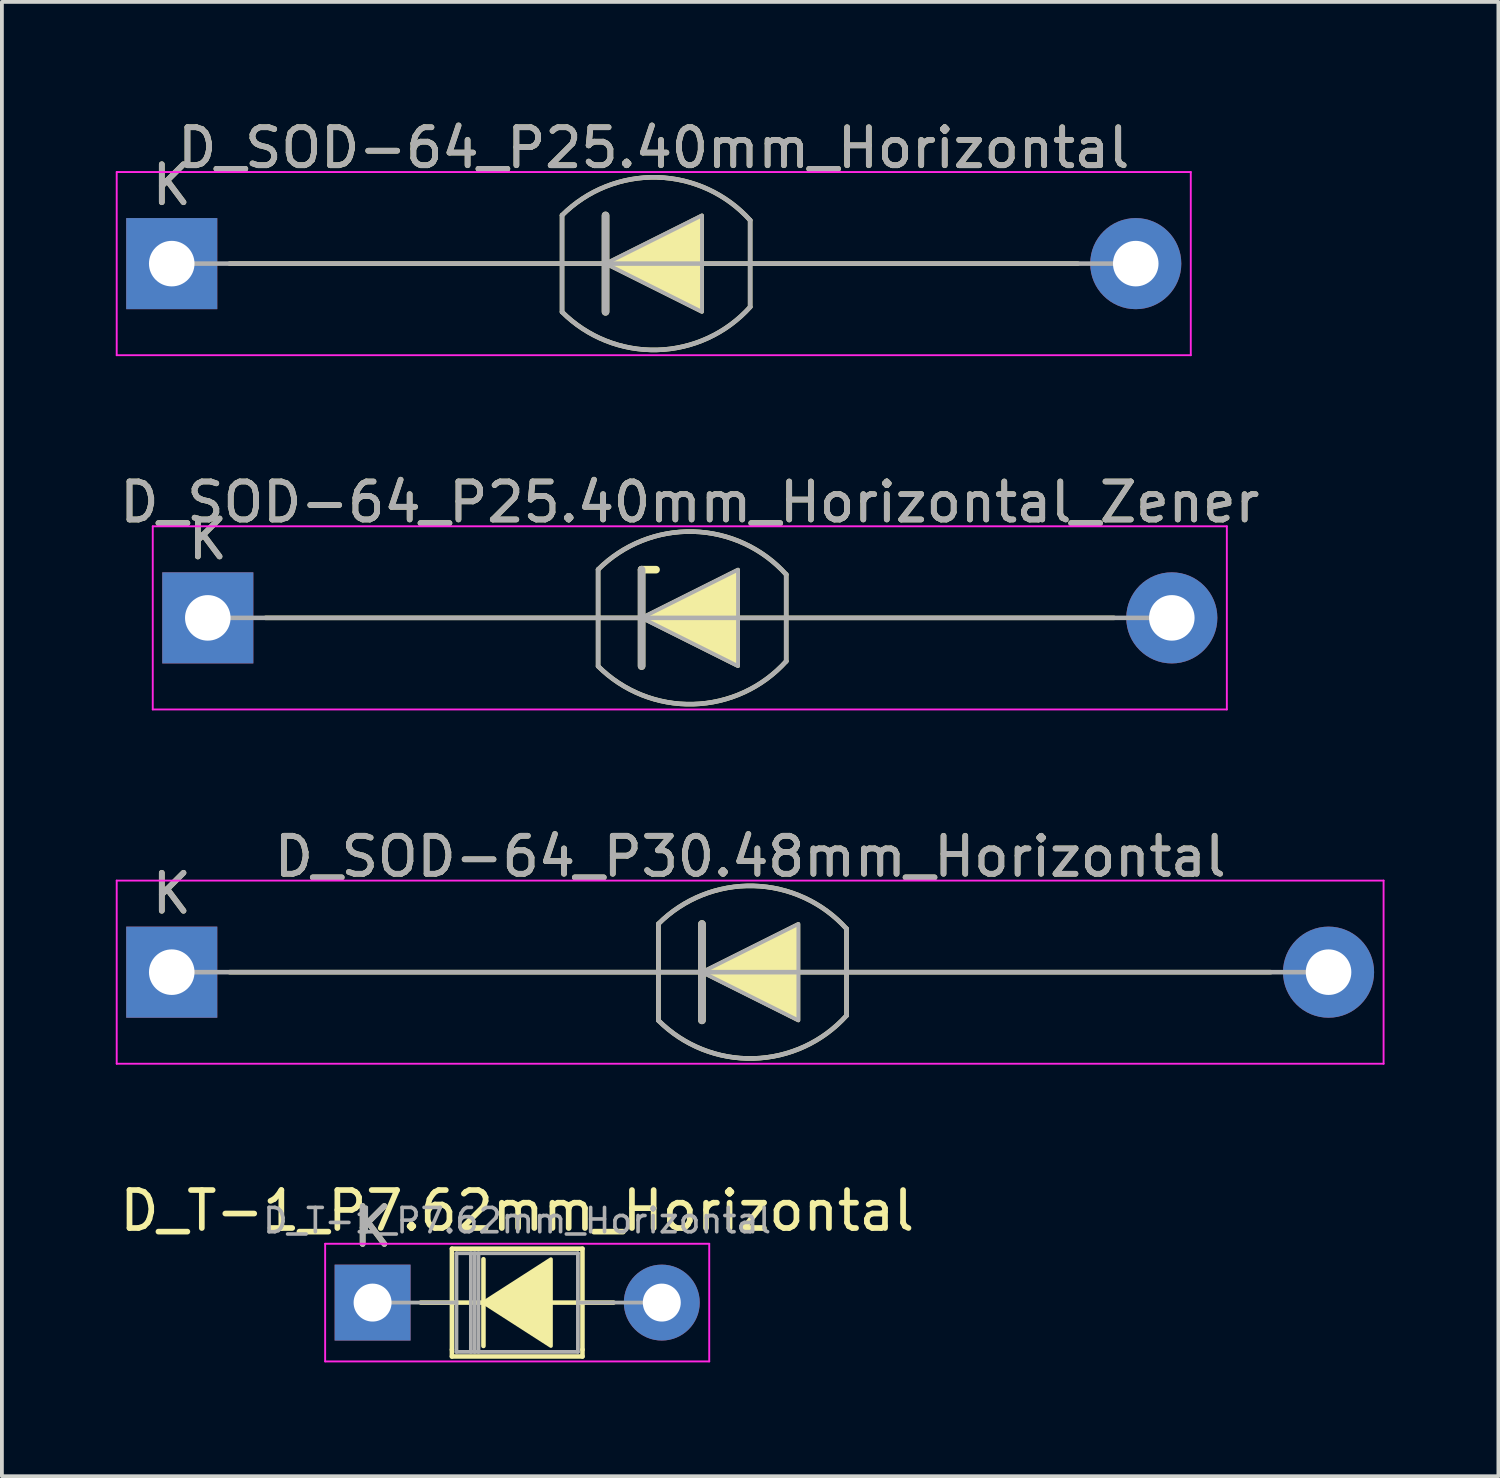
<source format=kicad_pcb>
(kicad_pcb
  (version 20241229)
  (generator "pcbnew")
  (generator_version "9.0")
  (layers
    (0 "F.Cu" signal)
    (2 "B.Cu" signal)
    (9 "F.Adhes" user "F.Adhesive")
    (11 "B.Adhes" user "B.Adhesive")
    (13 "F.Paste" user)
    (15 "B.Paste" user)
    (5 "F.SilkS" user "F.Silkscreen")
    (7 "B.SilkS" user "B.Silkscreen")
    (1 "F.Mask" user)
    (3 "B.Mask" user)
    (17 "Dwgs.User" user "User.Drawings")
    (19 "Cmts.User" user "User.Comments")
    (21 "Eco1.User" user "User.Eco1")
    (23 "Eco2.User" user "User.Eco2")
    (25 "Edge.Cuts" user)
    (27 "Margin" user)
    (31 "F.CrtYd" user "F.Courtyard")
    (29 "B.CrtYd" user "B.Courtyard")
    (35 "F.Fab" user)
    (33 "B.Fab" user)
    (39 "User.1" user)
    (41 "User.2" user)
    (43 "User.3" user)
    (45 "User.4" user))
  (footprint "D_SOD-64_P25.40mm_Horizontal_Zener"
    (layer "F.Cu")
    (at 2.425 13.23)
    (property "Reference" "D_SOD-64_P25.40mm_Horizontal_Zener" (at 12.7 -3.048 0) (layer "F.SilkS") (effects (font (size 1 1) (thickness 0.15))))
    (attr through_hole)
    (fp_line (start 1.524 0) (end 23.876 0) (stroke (width 0.12) (type solid)) (layer "F.SilkS"))
    (fp_line (start 10.284 1.27) (end 10.284 -1.273) (stroke (width 0.12) (type solid)) (layer "F.SilkS"))
    (fp_line (start 11.43 -1.27) (end 11.811 -1.27) (stroke (width 0.2) (type solid)) (layer "F.SilkS"))
    (fp_line (start 11.43 1.27) (end 11.43 -1.27) (stroke (width 0.2) (type solid)) (layer "F.SilkS"))
    (fp_line (start 15.24 -1.143) (end 15.24 1.143) (stroke (width 0.12) (type solid)) (layer "F.SilkS"))
    (fp_arc (start 10.28366 -1.27334) (mid 12.789833 -2.273039) (end 15.239998 -1.143) (stroke (width 0.12) (type solid)) (layer "F.SilkS"))
    (fp_arc (start 15.24 1.143) (mid 12.790216 2.273029) (end 10.284202 1.273879) (stroke (width 0.12) (type solid)) (layer "F.SilkS"))
    (fp_poly (pts (xy 13.97 1.27) (xy 11.43 0) (xy 13.97 -1.27)) (stroke (width 0.1) (type solid)) (fill yes) (layer "F.SilkS"))
    (fp_line (start -1.45 -2.413) (end -1.45 2.413) (stroke (width 0.05) (type solid)) (layer "F.CrtYd"))
    (fp_line (start -1.45 2.413) (end 26.85 2.413) (stroke (width 0.05) (type solid)) (layer "F.CrtYd"))
    (fp_line (start 26.85 -2.413) (end -1.45 -2.413) (stroke (width 0.05) (type solid)) (layer "F.CrtYd"))
    (fp_line (start 26.85 2.413) (end 26.85 -2.413) (stroke (width 0.05) (type solid)) (layer "F.CrtYd"))
    (fp_line (start 0 0) (end 25.4 0) (stroke (width 0.12) (type solid)) (layer "F.Fab"))
    (fp_line (start 10.284 1.274) (end 10.284 -1.273) (stroke (width 0.12) (type solid)) (layer "F.Fab"))
    (fp_line (start 11.43 1.27) (end 11.43 -1.27) (stroke (width 0.2) (type solid)) (layer "F.Fab"))
    (fp_line (start 15.24 -1.143) (end 15.24 1.143) (stroke (width 0.12) (type solid)) (layer "F.Fab"))
    (fp_arc (start 10.2842 -1.273879) (mid 12.790214 -2.273029) (end 15.239998 -1.143) (stroke (width 0.12) (type solid)) (layer "F.Fab"))
    (fp_arc (start 15.24 1.143) (mid 12.790216 2.273029) (end 10.284202 1.273879) (stroke (width 0.12) (type solid)) (layer "F.Fab"))
    (fp_poly (pts (xy 13.97 1.27) (xy 11.43 0) (xy 13.97 -1.27)) (stroke (width 0.1) (type solid)) (fill no) (layer "F.Fab"))
    (fp_text user "K" (at 0 -2.073 0) (layer "F.SilkS") (effects (font (size 1 1) (thickness 0.15))))
    (fp_text user "K" (at 0 -2.073 0) (layer "F.Fab") (effects (font (size 1 1) (thickness 0.15))))
    (fp_text user "${REFERENCE}" (at 12.7 -3.048 0) (layer "F.Fab") (effects (font (size 1 1) (thickness 0.15))))
    (pad "1" thru_hole rect (at 0 0) (size 2.4 2.4) (drill 1.2) (layers "*.Cu" "*.Mask"))
    (pad "2" thru_hole oval (at 25.4 0) (size 2.4 2.4) (drill 1.2) (layers "*.Cu" "*.Mask")))
  (footprint "D_SOD-64_P25.40mm_Horizontal"
    (layer "F.Cu")
    (at 1.475 3.896)
    (property "Reference" "D_SOD-64_P25.40mm_Horizontal" (at 12.7 -3.048 0) (layer "F.SilkS") (effects (font (size 1 1) (thickness 0.15))))
    (attr through_hole)
    (fp_line (start 1.524 0) (end 23.876 0) (stroke (width 0.12) (type solid)) (layer "F.SilkS"))
    (fp_line (start 10.284 1.27) (end 10.284 -1.273) (stroke (width 0.12) (type solid)) (layer "F.SilkS"))
    (fp_line (start 11.43 1.27) (end 11.43 -1.27) (stroke (width 0.2) (type solid)) (layer "F.SilkS"))
    (fp_line (start 15.24 -1.143) (end 15.24 1.143) (stroke (width 0.12) (type solid)) (layer "F.SilkS"))
    (fp_arc (start 10.28366 -1.27334) (mid 12.789833 -2.273039) (end 15.239998 -1.143) (stroke (width 0.12) (type solid)) (layer "F.SilkS"))
    (fp_arc (start 15.24 1.143) (mid 12.790216 2.273029) (end 10.284202 1.273879) (stroke (width 0.12) (type solid)) (layer "F.SilkS"))
    (fp_poly (pts (xy 13.97 1.27) (xy 11.43 0) (xy 13.97 -1.27)) (stroke (width 0.1) (type solid)) (fill yes) (layer "F.SilkS"))
    (fp_line (start -1.45 -2.413) (end -1.45 2.413) (stroke (width 0.05) (type solid)) (layer "F.CrtYd"))
    (fp_line (start -1.45 2.413) (end 26.85 2.413) (stroke (width 0.05) (type solid)) (layer "F.CrtYd"))
    (fp_line (start 26.85 -2.413) (end -1.45 -2.413) (stroke (width 0.05) (type solid)) (layer "F.CrtYd"))
    (fp_line (start 26.85 2.413) (end 26.85 -2.413) (stroke (width 0.05) (type solid)) (layer "F.CrtYd"))
    (fp_line (start 0 0) (end 25.4 0) (stroke (width 0.12) (type solid)) (layer "F.Fab"))
    (fp_line (start 10.284 1.274) (end 10.284 -1.273) (stroke (width 0.12) (type solid)) (layer "F.Fab"))
    (fp_line (start 11.43 1.27) (end 11.43 -1.27) (stroke (width 0.2) (type solid)) (layer "F.Fab"))
    (fp_line (start 15.24 -1.143) (end 15.24 1.143) (stroke (width 0.12) (type solid)) (layer "F.Fab"))
    (fp_arc (start 10.2842 -1.273879) (mid 12.790214 -2.273029) (end 15.239998 -1.143) (stroke (width 0.12) (type solid)) (layer "F.Fab"))
    (fp_arc (start 15.24 1.143) (mid 12.790216 2.273029) (end 10.284202 1.273879) (stroke (width 0.12) (type solid)) (layer "F.Fab"))
    (fp_poly (pts (xy 13.97 1.27) (xy 11.43 0) (xy 13.97 -1.27)) (stroke (width 0.1) (type solid)) (fill no) (layer "F.Fab"))
    (fp_text user "K" (at 0 -2.073 0) (layer "F.SilkS") (effects (font (size 1 1) (thickness 0.15))))
    (fp_text user "K" (at 0 -2.073 0) (layer "F.Fab") (effects (font (size 1 1) (thickness 0.15))))
    (fp_text user "${REFERENCE}" (at 12.7 -3.048 0) (layer "F.Fab") (effects (font (size 1 1) (thickness 0.15))))
    (pad "1" thru_hole rect (at 0 0) (size 2.4 2.4) (drill 1.2) (layers "*.Cu" "*.Mask"))
    (pad "2" thru_hole oval (at 25.4 0) (size 2.4 2.4) (drill 1.2) (layers "*.Cu" "*.Mask")))
  (footprint "D_SOD-64_P30.48mm_Horizontal"
    (layer "F.Cu")
    (at 1.475 22.565)
    (property "Reference" "D_SOD-64_P30.48mm_Horizontal" (at 15.24 -3.048 0) (layer "F.SilkS") (effects (font (size 1 1) (thickness 0.15))))
    (attr through_hole)
    (fp_line (start 1.524 0) (end 28.956 0) (stroke (width 0.12) (type solid)) (layer "F.SilkS"))
    (fp_line (start 12.824 1.27) (end 12.824 -1.273) (stroke (width 0.12) (type solid)) (layer "F.SilkS"))
    (fp_line (start 13.97 1.27) (end 13.97 -1.27) (stroke (width 0.2) (type solid)) (layer "F.SilkS"))
    (fp_line (start 17.78 -1.143) (end 17.78 1.143) (stroke (width 0.12) (type solid)) (layer "F.SilkS"))
    (fp_arc (start 12.82366 -1.27334) (mid 15.329833 -2.273039) (end 17.779998 -1.143) (stroke (width 0.12) (type solid)) (layer "F.SilkS"))
    (fp_arc (start 17.78 1.143) (mid 15.330216 2.273029) (end 12.824202 1.273879) (stroke (width 0.12) (type solid)) (layer "F.SilkS"))
    (fp_poly (pts (xy 16.51 1.27) (xy 13.97 0) (xy 16.51 -1.27)) (stroke (width 0.1) (type solid)) (fill yes) (layer "F.SilkS"))
    (fp_line (start -1.45 -2.413) (end -1.45 2.413) (stroke (width 0.05) (type solid)) (layer "F.CrtYd"))
    (fp_line (start -1.45 2.413) (end 31.93 2.413) (stroke (width 0.05) (type solid)) (layer "F.CrtYd"))
    (fp_line (start 31.93 -2.413) (end -1.45 -2.413) (stroke (width 0.05) (type solid)) (layer "F.CrtYd"))
    (fp_line (start 31.93 2.413) (end 31.93 -2.413) (stroke (width 0.05) (type solid)) (layer "F.CrtYd"))
    (fp_line (start 0 0) (end 30.48 0) (stroke (width 0.12) (type solid)) (layer "F.Fab"))
    (fp_line (start 12.824 1.274) (end 12.824 -1.273) (stroke (width 0.12) (type solid)) (layer "F.Fab"))
    (fp_line (start 13.97 1.27) (end 13.97 -1.27) (stroke (width 0.2) (type solid)) (layer "F.Fab"))
    (fp_line (start 17.78 -1.143) (end 17.78 1.143) (stroke (width 0.12) (type solid)) (layer "F.Fab"))
    (fp_arc (start 12.8242 -1.273879) (mid 15.330214 -2.273029) (end 17.779998 -1.143) (stroke (width 0.12) (type solid)) (layer "F.Fab"))
    (fp_arc (start 17.78 1.143) (mid 15.330216 2.273029) (end 12.824202 1.273879) (stroke (width 0.12) (type solid)) (layer "F.Fab"))
    (fp_poly (pts (xy 16.51 1.27) (xy 13.97 0) (xy 16.51 -1.27)) (stroke (width 0.1) (type solid)) (fill no) (layer "F.Fab"))
    (fp_text user "K" (at 0 -2.073 0) (layer "F.SilkS") (effects (font (size 1 1) (thickness 0.15))))
    (fp_text user "${REFERENCE}" (at 15.24 -3.048 0) (layer "F.Fab") (effects (font (size 1 1) (thickness 0.15))))
    (fp_text user "K" (at 0 -2.073 0) (layer "F.Fab") (effects (font (size 1 1) (thickness 0.15))))
    (pad "1" thru_hole rect (at 0 0) (size 2.4 2.4) (drill 1.2) (layers "*.Cu" "*.Mask"))
    (pad "2" thru_hole oval (at 30.48 0) (size 2.4 2.4) (drill 1.2) (layers "*.Cu" "*.Mask")))
  (footprint "D_T-1_P7.62mm_Horizontal"
    (layer "F.Cu")
    (at 6.767 31.271)
    (property "Reference" "D_T-1_P7.62mm_Horizontal" (at 3.81 -2.42 0) (layer "F.SilkS") (effects (font (size 1 1) (thickness 0.15))))
    (attr through_hole)
    (fp_line (start 2.09 -1.42) (end 5.53 -1.42) (stroke (width 0.12) (type solid)) (layer "F.SilkS"))
    (fp_line (start 2.09 1.24) (end 2.09 -1.42) (stroke (width 0.12) (type solid)) (layer "F.SilkS"))
    (fp_line (start 2.09 1.24) (end 2.09 1.42) (stroke (width 0.12) (type solid)) (layer "F.SilkS"))
    (fp_line (start 2.09 1.42) (end 5.53 1.42) (stroke (width 0.12) (type solid)) (layer "F.SilkS"))
    (fp_line (start 2.921 -1.143) (end 2.921 1.143) (stroke (width 0.12) (type solid)) (layer "F.SilkS"))
    (fp_line (start 3.048 0) (end 1.27 0) (stroke (width 0.12) (type solid)) (layer "F.SilkS"))
    (fp_line (start 4.699 0) (end 6.35 0) (stroke (width 0.12) (type solid)) (layer "F.SilkS"))
    (fp_line (start 5.53 -1.42) (end 5.53 1.24) (stroke (width 0.12) (type solid)) (layer "F.SilkS"))
    (fp_line (start 5.53 1.42) (end 5.53 1.24) (stroke (width 0.12) (type solid)) (layer "F.SilkS"))
    (fp_poly (pts (xy 4.699 1.143) (xy 2.921 0) (xy 4.699 -1.143)) (stroke (width 0.1) (type solid)) (fill yes) (layer "F.SilkS"))
    (fp_line (start -1.25 -1.55) (end -1.25 1.55) (stroke (width 0.05) (type solid)) (layer "F.CrtYd"))
    (fp_line (start -1.25 1.55) (end 8.87 1.55) (stroke (width 0.05) (type solid)) (layer "F.CrtYd"))
    (fp_line (start 8.87 -1.55) (end -1.25 -1.55) (stroke (width 0.05) (type solid)) (layer "F.CrtYd"))
    (fp_line (start 8.87 1.55) (end 8.87 -1.55) (stroke (width 0.05) (type solid)) (layer "F.CrtYd"))
    (fp_line (start 0 0) (end 2.21 0) (stroke (width 0.1) (type solid)) (layer "F.Fab"))
    (fp_line (start 2.21 -1.3) (end 2.21 1.3) (stroke (width 0.1) (type solid)) (layer "F.Fab"))
    (fp_line (start 2.21 1.3) (end 5.41 1.3) (stroke (width 0.1) (type solid)) (layer "F.Fab"))
    (fp_line (start 2.59 -1.3) (end 2.59 1.3) (stroke (width 0.1) (type solid)) (layer "F.Fab"))
    (fp_line (start 2.69 -1.3) (end 2.69 1.3) (stroke (width 0.1) (type solid)) (layer "F.Fab"))
    (fp_line (start 2.79 -1.3) (end 2.79 1.3) (stroke (width 0.1) (type solid)) (layer "F.Fab"))
    (fp_line (start 5.41 -1.3) (end 2.21 -1.3) (stroke (width 0.1) (type solid)) (layer "F.Fab"))
    (fp_line (start 5.41 1.3) (end 5.41 -1.3) (stroke (width 0.1) (type solid)) (layer "F.Fab"))
    (fp_line (start 7.62 0) (end 5.41 0) (stroke (width 0.1) (type solid)) (layer "F.Fab"))
    (fp_text user "K" (at 0 -2 0) (layer "F.SilkS") (effects (font (size 1 1) (thickness 0.15))))
    (fp_text user "K" (at 0 -2 0) (layer "F.Fab") (effects (font (size 1 1) (thickness 0.15))))
    (fp_text user "${REFERENCE}" (at 3.81 -2.159 0) (layer "F.Fab") (effects (font (size 0.64 0.64) (thickness 0.096))))
    (pad "1" thru_hole rect (at 0 0) (size 2 2) (drill 1) (layers "*.Cu" "*.Mask"))
    (pad "2" thru_hole oval (at 7.62 0) (size 2 2) (drill 1) (layers "*.Cu" "*.Mask")))
  (gr_rect
    (start -3 -3)
    (end 36.43 35.846)
    (stroke (width 0.1) (type default))
    (fill no)
    (layer "Edge.Cuts")))
</source>
